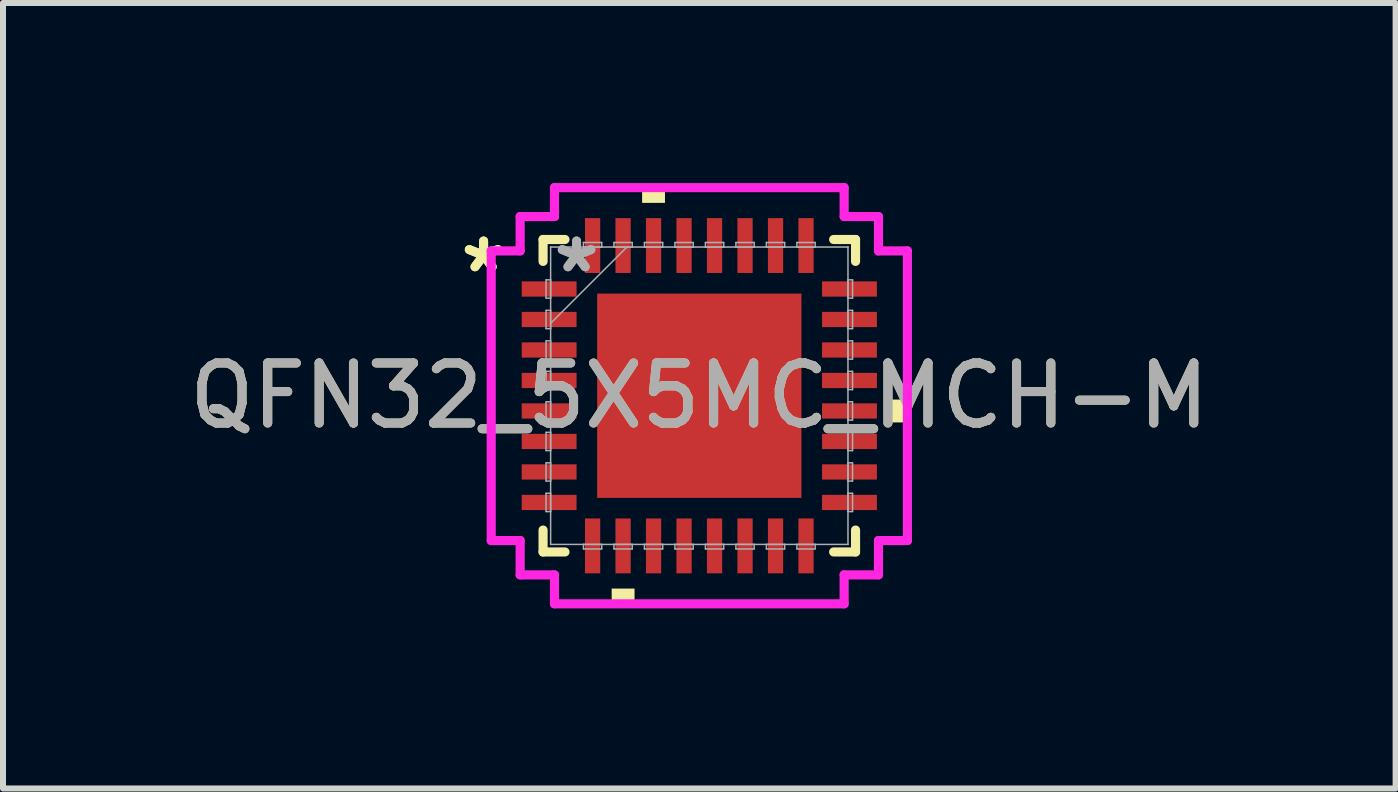
<source format=kicad_pcb>
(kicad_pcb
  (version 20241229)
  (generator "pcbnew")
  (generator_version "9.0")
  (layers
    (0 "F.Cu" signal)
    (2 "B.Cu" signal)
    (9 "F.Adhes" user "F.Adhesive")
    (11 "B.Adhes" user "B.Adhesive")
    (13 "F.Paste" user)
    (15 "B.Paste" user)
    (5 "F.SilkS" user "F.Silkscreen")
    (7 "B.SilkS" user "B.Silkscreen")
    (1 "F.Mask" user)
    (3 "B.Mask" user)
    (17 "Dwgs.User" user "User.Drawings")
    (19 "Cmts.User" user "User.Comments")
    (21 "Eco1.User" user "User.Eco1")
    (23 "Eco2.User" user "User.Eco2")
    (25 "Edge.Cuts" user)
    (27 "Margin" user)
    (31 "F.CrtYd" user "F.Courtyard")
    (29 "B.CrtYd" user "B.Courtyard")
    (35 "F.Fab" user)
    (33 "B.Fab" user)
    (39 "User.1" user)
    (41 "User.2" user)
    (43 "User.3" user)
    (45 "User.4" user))
  (footprint "QFN32_5X5MC_MCH-M"
    (layer "F.Cu")
    (at 8.601 3.543)
    (property "Reference" "QFN32_5X5MC_MCH-M" (at 0 0 0) (unlocked yes) (layer "F.SilkS") (effects (font (size 1 1) (thickness 0.15))))
    (attr smd)
    (fp_poly (pts (xy -1.765 -1.765) (xy -1.381 -1.765) (xy -1.381 1.765) (xy -1.765 1.765)) (stroke (width 0) (type solid)) (fill yes) (layer "F.Mask"))
    (fp_poly (pts (xy -1.765 -1.765) (xy 1.765 -1.765) (xy 1.765 -1.381) (xy -1.765 -1.381)) (stroke (width 0) (type solid)) (fill yes) (layer "F.Mask"))
    (fp_poly (pts (xy -1.765 -0.981) (xy 1.765 -0.981) (xy 1.765 -0.594) (xy -1.765 -0.594)) (stroke (width 0) (type solid)) (fill yes) (layer "F.Mask"))
    (fp_poly (pts (xy -1.765 -0.194) (xy 1.765 -0.194) (xy 1.765 0.194) (xy -1.765 0.194)) (stroke (width 0) (type solid)) (fill yes) (layer "F.Mask"))
    (fp_poly (pts (xy -1.765 0.594) (xy 1.765 0.594) (xy 1.765 0.981) (xy -1.765 0.981)) (stroke (width 0) (type solid)) (fill yes) (layer "F.Mask"))
    (fp_poly (pts (xy -1.765 1.381) (xy 1.765 1.381) (xy 1.765 1.765) (xy -1.765 1.765)) (stroke (width 0) (type solid)) (fill yes) (layer "F.Mask"))
    (fp_poly (pts (xy -0.594 -1.765) (xy -0.981 -1.765) (xy -0.981 1.765) (xy -0.594 1.765)) (stroke (width 0) (type solid)) (fill yes) (layer "F.Mask"))
    (fp_poly (pts (xy 0.194 -1.765) (xy -0.194 -1.765) (xy -0.194 1.765) (xy 0.194 1.765)) (stroke (width 0) (type solid)) (fill yes) (layer "F.Mask"))
    (fp_poly (pts (xy 0.981 -1.765) (xy 0.594 -1.765) (xy 0.594 1.765) (xy 0.981 1.765)) (stroke (width 0) (type solid)) (fill yes) (layer "F.Mask"))
    (fp_poly (pts (xy 1.381 -1.765) (xy 1.765 -1.765) (xy 1.765 1.765) (xy 1.381 1.765)) (stroke (width 0) (type solid)) (fill yes) (layer "F.Mask"))
    (fp_line (start -2.603 -2.603) (end -2.603 -2.238) (stroke (width 0.152) (type solid)) (layer "F.SilkS"))
    (fp_line (start -2.603 2.238) (end -2.603 2.603) (stroke (width 0.152) (type solid)) (layer "F.SilkS"))
    (fp_line (start -2.603 2.603) (end -2.238 2.603) (stroke (width 0.152) (type solid)) (layer "F.SilkS"))
    (fp_line (start -2.238 -2.603) (end -2.603 -2.603) (stroke (width 0.152) (type solid)) (layer "F.SilkS"))
    (fp_line (start 2.238 2.603) (end 2.603 2.603) (stroke (width 0.152) (type solid)) (layer "F.SilkS"))
    (fp_line (start 2.603 -2.603) (end 2.238 -2.603) (stroke (width 0.152) (type solid)) (layer "F.SilkS"))
    (fp_line (start 2.603 -2.238) (end 2.603 -2.603) (stroke (width 0.152) (type solid)) (layer "F.SilkS"))
    (fp_line (start 2.603 2.603) (end 2.603 2.238) (stroke (width 0.152) (type solid)) (layer "F.SilkS"))
    (fp_poly (pts (xy -1.46 3.213) (xy -1.46 3.467) (xy -1.079 3.467) (xy -1.079 3.213)) (stroke (width 0) (type solid)) (fill yes) (layer "F.SilkS"))
    (fp_poly (pts (xy -0.953 -3.213) (xy -0.953 -3.467) (xy -0.572 -3.467) (xy -0.572 -3.213)) (stroke (width 0) (type solid)) (fill yes) (layer "F.SilkS"))
    (fp_poly (pts (xy 3.467 0.064) (xy 3.467 0.445) (xy 3.213 0.445) (xy 3.213 0.064)) (stroke (width 0) (type solid)) (fill yes) (layer "F.SilkS"))
    (fp_poly (pts (xy -1.627 -1.627) (xy -1.627 -1.281) (xy -1.423 -1.281) (xy -1.281 -1.423) (xy -1.281 -1.627)) (stroke (width 0) (type solid)) (fill yes) (layer "F.Paste"))
    (fp_poly (pts (xy -1.627 1.281) (xy -1.627 1.627) (xy -1.281 1.627) (xy -1.281 1.423) (xy -1.423 1.281)) (stroke (width 0) (type solid)) (fill yes) (layer "F.Paste"))
    (fp_poly (pts (xy 1.281 -1.627) (xy 1.281 -1.423) (xy 1.423 -1.281) (xy 1.627 -1.281) (xy 1.627 -1.627)) (stroke (width 0) (type solid)) (fill yes) (layer "F.Paste"))
    (fp_poly (pts (xy 1.423 1.281) (xy 1.281 1.423) (xy 1.281 1.627) (xy 1.627 1.627) (xy 1.627 1.281)) (stroke (width 0) (type solid)) (fill yes) (layer "F.Paste"))
    (fp_poly (pts (xy -1.627 -1.081) (xy -1.627 -0.494) (xy -1.423 -0.494) (xy -1.281 -0.635) (xy -1.281 -0.94) (xy -1.423 -1.081)) (stroke (width 0) (type solid)) (fill yes) (layer "F.Paste"))
    (fp_poly (pts (xy -1.627 -0.294) (xy -1.627 0.294) (xy -1.423 0.294) (xy -1.281 0.152) (xy -1.281 -0.152) (xy -1.423 -0.294)) (stroke (width 0) (type solid)) (fill yes) (layer "F.Paste"))
    (fp_poly (pts (xy -1.627 0.494) (xy -1.627 1.081) (xy -1.423 1.081) (xy -1.281 0.94) (xy -1.281 0.635) (xy -1.423 0.494)) (stroke (width 0) (type solid)) (fill yes) (layer "F.Paste"))
    (fp_poly (pts (xy -1.081 -1.627) (xy -1.081 -1.423) (xy -0.94 -1.281) (xy -0.635 -1.281) (xy -0.494 -1.423) (xy -0.494 -1.627)) (stroke (width 0) (type solid)) (fill yes) (layer "F.Paste"))
    (fp_poly (pts (xy -0.94 1.281) (xy -1.081 1.423) (xy -1.081 1.627) (xy -0.494 1.627) (xy -0.494 1.423) (xy -0.635 1.281)) (stroke (width 0) (type solid)) (fill yes) (layer "F.Paste"))
    (fp_poly (pts (xy -0.294 -1.627) (xy -0.294 -1.423) (xy -0.152 -1.281) (xy 0.152 -1.281) (xy 0.294 -1.423) (xy 0.294 -1.627)) (stroke (width 0) (type solid)) (fill yes) (layer "F.Paste"))
    (fp_poly (pts (xy -0.152 1.281) (xy -0.294 1.423) (xy -0.294 1.627) (xy 0.294 1.627) (xy 0.294 1.423) (xy 0.152 1.281)) (stroke (width 0) (type solid)) (fill yes) (layer "F.Paste"))
    (fp_poly (pts (xy 0.494 -1.627) (xy 0.494 -1.423) (xy 0.635 -1.281) (xy 0.94 -1.281) (xy 1.081 -1.423) (xy 1.081 -1.627)) (stroke (width 0) (type solid)) (fill yes) (layer "F.Paste"))
    (fp_poly (pts (xy 0.635 1.281) (xy 0.494 1.423) (xy 0.494 1.627) (xy 1.081 1.627) (xy 1.081 1.423) (xy 0.94 1.281)) (stroke (width 0) (type solid)) (fill yes) (layer "F.Paste"))
    (fp_poly (pts (xy 1.423 -1.081) (xy 1.281 -0.94) (xy 1.281 -0.635) (xy 1.423 -0.494) (xy 1.627 -0.494) (xy 1.627 -1.081)) (stroke (width 0) (type solid)) (fill yes) (layer "F.Paste"))
    (fp_poly (pts (xy 1.423 -0.294) (xy 1.281 -0.152) (xy 1.281 0.152) (xy 1.423 0.294) (xy 1.627 0.294) (xy 1.627 -0.294)) (stroke (width 0) (type solid)) (fill yes) (layer "F.Paste"))
    (fp_poly (pts (xy 1.423 0.494) (xy 1.281 0.635) (xy 1.281 0.94) (xy 1.423 1.081) (xy 1.627 1.081) (xy 1.627 0.494)) (stroke (width 0) (type solid)) (fill yes) (layer "F.Paste"))
    (fp_poly (pts (xy -0.94 -1.081) (xy -1.081 -0.94) (xy -1.081 -0.635) (xy -0.94 -0.494) (xy -0.635 -0.494) (xy -0.494 -0.635) (xy -0.494 -0.94) (xy -0.635 -1.081)) (stroke (width 0) (type solid)) (fill yes) (layer "F.Paste"))
    (fp_poly (pts (xy -0.94 -0.294) (xy -1.081 -0.152) (xy -1.081 0.152) (xy -0.94 0.294) (xy -0.635 0.294) (xy -0.494 0.152) (xy -0.494 -0.152) (xy -0.635 -0.294)) (stroke (width 0) (type solid)) (fill yes) (layer "F.Paste"))
    (fp_poly (pts (xy -0.94 0.494) (xy -1.081 0.635) (xy -1.081 0.94) (xy -0.94 1.081) (xy -0.635 1.081) (xy -0.494 0.94) (xy -0.494 0.635) (xy -0.635 0.494)) (stroke (width 0) (type solid)) (fill yes) (layer "F.Paste"))
    (fp_poly (pts (xy -0.152 -1.081) (xy -0.294 -0.94) (xy -0.294 -0.635) (xy -0.152 -0.494) (xy 0.152 -0.494) (xy 0.294 -0.635) (xy 0.294 -0.94) (xy 0.152 -1.081)) (stroke (width 0) (type solid)) (fill yes) (layer "F.Paste"))
    (fp_poly (pts (xy -0.152 -0.294) (xy -0.294 -0.152) (xy -0.294 0.152) (xy -0.152 0.294) (xy 0.152 0.294) (xy 0.294 0.152) (xy 0.294 -0.152) (xy 0.152 -0.294)) (stroke (width 0) (type solid)) (fill yes) (layer "F.Paste"))
    (fp_poly (pts (xy -0.152 0.494) (xy -0.294 0.635) (xy -0.294 0.94) (xy -0.152 1.081) (xy 0.152 1.081) (xy 0.294 0.94) (xy 0.294 0.635) (xy 0.152 0.494)) (stroke (width 0) (type solid)) (fill yes) (layer "F.Paste"))
    (fp_poly (pts (xy 0.635 -1.081) (xy 0.494 -0.94) (xy 0.494 -0.635) (xy 0.635 -0.494) (xy 0.94 -0.494) (xy 1.081 -0.635) (xy 1.081 -0.94) (xy 0.94 -1.081)) (stroke (width 0) (type solid)) (fill yes) (layer "F.Paste"))
    (fp_poly (pts (xy 0.635 -0.294) (xy 0.494 -0.152) (xy 0.494 0.152) (xy 0.635 0.294) (xy 0.94 0.294) (xy 1.081 0.152) (xy 1.081 -0.152) (xy 0.94 -0.294)) (stroke (width 0) (type solid)) (fill yes) (layer "F.Paste"))
    (fp_poly (pts (xy 0.635 0.494) (xy 0.494 0.635) (xy 0.494 0.94) (xy 0.635 1.081) (xy 0.94 1.081) (xy 1.081 0.94) (xy 1.081 0.635) (xy 0.94 0.494)) (stroke (width 0) (type solid)) (fill yes) (layer "F.Paste"))
    (fp_circle (center -1.181 -1.181) (end -0.8 -1.181) (stroke (width 0.254) (type solid)) (fill no) (layer "Eco1.User"))
    (fp_circle (center -1.181 -0.394) (end -0.8 -0.394) (stroke (width 0.254) (type solid)) (fill no) (layer "Eco1.User"))
    (fp_circle (center -1.181 0.394) (end -0.8 0.394) (stroke (width 0.254) (type solid)) (fill no) (layer "Eco1.User"))
    (fp_circle (center -1.181 1.181) (end -0.8 1.181) (stroke (width 0.254) (type solid)) (fill no) (layer "Eco1.User"))
    (fp_circle (center -0.394 -1.181) (end -0.013 -1.181) (stroke (width 0.254) (type solid)) (fill no) (layer "Eco1.User"))
    (fp_circle (center -0.394 -0.394) (end -0.013 -0.394) (stroke (width 0.254) (type solid)) (fill no) (layer "Eco1.User"))
    (fp_circle (center -0.394 0.394) (end -0.013 0.394) (stroke (width 0.254) (type solid)) (fill no) (layer "Eco1.User"))
    (fp_circle (center -0.394 1.181) (end -0.013 1.181) (stroke (width 0.254) (type solid)) (fill no) (layer "Eco1.User"))
    (fp_circle (center 0.394 -1.181) (end 0.775 -1.181) (stroke (width 0.254) (type solid)) (fill no) (layer "Eco1.User"))
    (fp_circle (center 0.394 -0.394) (end 0.775 -0.394) (stroke (width 0.254) (type solid)) (fill no) (layer "Eco1.User"))
    (fp_circle (center 0.394 0.394) (end 0.775 0.394) (stroke (width 0.254) (type solid)) (fill no) (layer "Eco1.User"))
    (fp_circle (center 0.394 1.181) (end 0.775 1.181) (stroke (width 0.254) (type solid)) (fill no) (layer "Eco1.User"))
    (fp_circle (center 1.181 -1.181) (end 1.562 -1.181) (stroke (width 0.254) (type solid)) (fill no) (layer "Eco1.User"))
    (fp_circle (center 1.181 -0.394) (end 1.562 -0.394) (stroke (width 0.254) (type solid)) (fill no) (layer "Eco1.User"))
    (fp_circle (center 1.181 0.394) (end 1.562 0.394) (stroke (width 0.254) (type solid)) (fill no) (layer "Eco1.User"))
    (fp_circle (center 1.181 1.181) (end 1.562 1.181) (stroke (width 0.254) (type solid)) (fill no) (layer "Eco1.User"))
    (fp_line (start -3.467 -2.413) (end -2.985 -2.413) (stroke (width 0.152) (type solid)) (layer "F.CrtYd"))
    (fp_line (start -3.467 2.413) (end -3.467 -2.413) (stroke (width 0.152) (type solid)) (layer "F.CrtYd"))
    (fp_line (start -2.985 -2.985) (end -2.413 -2.985) (stroke (width 0.152) (type solid)) (layer "F.CrtYd"))
    (fp_line (start -2.985 -2.413) (end -2.985 -2.985) (stroke (width 0.152) (type solid)) (layer "F.CrtYd"))
    (fp_line (start -2.985 2.413) (end -3.467 2.413) (stroke (width 0.152) (type solid)) (layer "F.CrtYd"))
    (fp_line (start -2.985 2.985) (end -2.985 2.413) (stroke (width 0.152) (type solid)) (layer "F.CrtYd"))
    (fp_line (start -2.413 -3.467) (end 2.413 -3.467) (stroke (width 0.152) (type solid)) (layer "F.CrtYd"))
    (fp_line (start -2.413 -2.985) (end -2.413 -3.467) (stroke (width 0.152) (type solid)) (layer "F.CrtYd"))
    (fp_line (start -2.413 2.985) (end -2.985 2.985) (stroke (width 0.152) (type solid)) (layer "F.CrtYd"))
    (fp_line (start -2.413 3.467) (end -2.413 2.985) (stroke (width 0.152) (type solid)) (layer "F.CrtYd"))
    (fp_line (start 2.413 -3.467) (end 2.413 -2.985) (stroke (width 0.152) (type solid)) (layer "F.CrtYd"))
    (fp_line (start 2.413 -2.985) (end 2.985 -2.985) (stroke (width 0.152) (type solid)) (layer "F.CrtYd"))
    (fp_line (start 2.413 2.985) (end 2.413 3.467) (stroke (width 0.152) (type solid)) (layer "F.CrtYd"))
    (fp_line (start 2.413 3.467) (end -2.413 3.467) (stroke (width 0.152) (type solid)) (layer "F.CrtYd"))
    (fp_line (start 2.985 -2.985) (end 2.985 -2.413) (stroke (width 0.152) (type solid)) (layer "F.CrtYd"))
    (fp_line (start 2.985 -2.413) (end 3.467 -2.413) (stroke (width 0.152) (type solid)) (layer "F.CrtYd"))
    (fp_line (start 2.985 2.413) (end 2.985 2.985) (stroke (width 0.152) (type solid)) (layer "F.CrtYd"))
    (fp_line (start 2.985 2.985) (end 2.413 2.985) (stroke (width 0.152) (type solid)) (layer "F.CrtYd"))
    (fp_line (start 3.467 -2.413) (end 3.467 2.413) (stroke (width 0.152) (type solid)) (layer "F.CrtYd"))
    (fp_line (start 3.467 2.413) (end 2.985 2.413) (stroke (width 0.152) (type solid)) (layer "F.CrtYd"))
    (fp_line (start -2.553 -1.93) (end -2.553 -1.626) (stroke (width 0.025) (type solid)) (layer "F.Fab"))
    (fp_line (start -2.553 -1.626) (end -2.477 -1.626) (stroke (width 0.025) (type solid)) (layer "F.Fab"))
    (fp_line (start -2.553 -1.422) (end -2.553 -1.118) (stroke (width 0.025) (type solid)) (layer "F.Fab"))
    (fp_line (start -2.553 -1.118) (end -2.477 -1.118) (stroke (width 0.025) (type solid)) (layer "F.Fab"))
    (fp_line (start -2.553 -0.914) (end -2.553 -0.61) (stroke (width 0.025) (type solid)) (layer "F.Fab"))
    (fp_line (start -2.553 -0.61) (end -2.477 -0.61) (stroke (width 0.025) (type solid)) (layer "F.Fab"))
    (fp_line (start -2.553 -0.406) (end -2.553 -0.102) (stroke (width 0.025) (type solid)) (layer "F.Fab"))
    (fp_line (start -2.553 -0.102) (end -2.477 -0.102) (stroke (width 0.025) (type solid)) (layer "F.Fab"))
    (fp_line (start -2.553 0.102) (end -2.553 0.406) (stroke (width 0.025) (type solid)) (layer "F.Fab"))
    (fp_line (start -2.553 0.406) (end -2.477 0.406) (stroke (width 0.025) (type solid)) (layer "F.Fab"))
    (fp_line (start -2.553 0.61) (end -2.553 0.914) (stroke (width 0.025) (type solid)) (layer "F.Fab"))
    (fp_line (start -2.553 0.914) (end -2.477 0.914) (stroke (width 0.025) (type solid)) (layer "F.Fab"))
    (fp_line (start -2.553 1.118) (end -2.553 1.422) (stroke (width 0.025) (type solid)) (layer "F.Fab"))
    (fp_line (start -2.553 1.422) (end -2.477 1.422) (stroke (width 0.025) (type solid)) (layer "F.Fab"))
    (fp_line (start -2.553 1.626) (end -2.553 1.93) (stroke (width 0.025) (type solid)) (layer "F.Fab"))
    (fp_line (start -2.553 1.93) (end -2.477 1.93) (stroke (width 0.025) (type solid)) (layer "F.Fab"))
    (fp_line (start -2.477 -2.477) (end -2.477 -2.477) (stroke (width 0.025) (type solid)) (layer "F.Fab"))
    (fp_line (start -2.477 -2.477) (end -2.477 2.477) (stroke (width 0.025) (type solid)) (layer "F.Fab"))
    (fp_line (start -2.477 -1.93) (end -2.553 -1.93) (stroke (width 0.025) (type solid)) (layer "F.Fab"))
    (fp_line (start -2.477 -1.626) (end -2.477 -1.93) (stroke (width 0.025) (type solid)) (layer "F.Fab"))
    (fp_line (start -2.477 -1.422) (end -2.553 -1.422) (stroke (width 0.025) (type solid)) (layer "F.Fab"))
    (fp_line (start -2.477 -1.206) (end -1.206 -2.477) (stroke (width 0.025) (type solid)) (layer "F.Fab"))
    (fp_line (start -2.477 -1.118) (end -2.477 -1.422) (stroke (width 0.025) (type solid)) (layer "F.Fab"))
    (fp_line (start -2.477 -0.914) (end -2.553 -0.914) (stroke (width 0.025) (type solid)) (layer "F.Fab"))
    (fp_line (start -2.477 -0.61) (end -2.477 -0.914) (stroke (width 0.025) (type solid)) (layer "F.Fab"))
    (fp_line (start -2.477 -0.406) (end -2.553 -0.406) (stroke (width 0.025) (type solid)) (layer "F.Fab"))
    (fp_line (start -2.477 -0.102) (end -2.477 -0.406) (stroke (width 0.025) (type solid)) (layer "F.Fab"))
    (fp_line (start -2.477 0.102) (end -2.553 0.102) (stroke (width 0.025) (type solid)) (layer "F.Fab"))
    (fp_line (start -2.477 0.406) (end -2.477 0.102) (stroke (width 0.025) (type solid)) (layer "F.Fab"))
    (fp_line (start -2.477 0.61) (end -2.553 0.61) (stroke (width 0.025) (type solid)) (layer "F.Fab"))
    (fp_line (start -2.477 0.914) (end -2.477 0.61) (stroke (width 0.025) (type solid)) (layer "F.Fab"))
    (fp_line (start -2.477 1.118) (end -2.553 1.118) (stroke (width 0.025) (type solid)) (layer "F.Fab"))
    (fp_line (start -2.477 1.422) (end -2.477 1.118) (stroke (width 0.025) (type solid)) (layer "F.Fab"))
    (fp_line (start -2.477 1.626) (end -2.553 1.626) (stroke (width 0.025) (type solid)) (layer "F.Fab"))
    (fp_line (start -2.477 1.93) (end -2.477 1.626) (stroke (width 0.025) (type solid)) (layer "F.Fab"))
    (fp_line (start -2.477 2.477) (end -2.477 2.477) (stroke (width 0.025) (type solid)) (layer "F.Fab"))
    (fp_line (start -2.477 2.477) (end 2.477 2.477) (stroke (width 0.025) (type solid)) (layer "F.Fab"))
    (fp_line (start -1.93 -2.553) (end -1.93 -2.477) (stroke (width 0.025) (type solid)) (layer "F.Fab"))
    (fp_line (start -1.93 -2.477) (end -1.626 -2.477) (stroke (width 0.025) (type solid)) (layer "F.Fab"))
    (fp_line (start -1.93 2.477) (end -1.93 2.553) (stroke (width 0.025) (type solid)) (layer "F.Fab"))
    (fp_line (start -1.93 2.553) (end -1.626 2.553) (stroke (width 0.025) (type solid)) (layer "F.Fab"))
    (fp_line (start -1.626 -2.553) (end -1.93 -2.553) (stroke (width 0.025) (type solid)) (layer "F.Fab"))
    (fp_line (start -1.626 -2.477) (end -1.626 -2.553) (stroke (width 0.025) (type solid)) (layer "F.Fab"))
    (fp_line (start -1.626 2.477) (end -1.93 2.477) (stroke (width 0.025) (type solid)) (layer "F.Fab"))
    (fp_line (start -1.626 2.553) (end -1.626 2.477) (stroke (width 0.025) (type solid)) (layer "F.Fab"))
    (fp_line (start -1.422 -2.553) (end -1.422 -2.477) (stroke (width 0.025) (type solid)) (layer "F.Fab"))
    (fp_line (start -1.422 -2.477) (end -1.118 -2.477) (stroke (width 0.025) (type solid)) (layer "F.Fab"))
    (fp_line (start -1.422 2.477) (end -1.422 2.553) (stroke (width 0.025) (type solid)) (layer "F.Fab"))
    (fp_line (start -1.422 2.553) (end -1.118 2.553) (stroke (width 0.025) (type solid)) (layer "F.Fab"))
    (fp_line (start -1.118 -2.553) (end -1.422 -2.553) (stroke (width 0.025) (type solid)) (layer "F.Fab"))
    (fp_line (start -1.118 -2.477) (end -1.118 -2.553) (stroke (width 0.025) (type solid)) (layer "F.Fab"))
    (fp_line (start -1.118 2.477) (end -1.422 2.477) (stroke (width 0.025) (type solid)) (layer "F.Fab"))
    (fp_line (start -1.118 2.553) (end -1.118 2.477) (stroke (width 0.025) (type solid)) (layer "F.Fab"))
    (fp_line (start -0.914 -2.553) (end -0.914 -2.477) (stroke (width 0.025) (type solid)) (layer "F.Fab"))
    (fp_line (start -0.914 -2.477) (end -0.61 -2.477) (stroke (width 0.025) (type solid)) (layer "F.Fab"))
    (fp_line (start -0.914 2.477) (end -0.914 2.553) (stroke (width 0.025) (type solid)) (layer "F.Fab"))
    (fp_line (start -0.914 2.553) (end -0.61 2.553) (stroke (width 0.025) (type solid)) (layer "F.Fab"))
    (fp_line (start -0.61 -2.553) (end -0.914 -2.553) (stroke (width 0.025) (type solid)) (layer "F.Fab"))
    (fp_line (start -0.61 -2.477) (end -0.61 -2.553) (stroke (width 0.025) (type solid)) (layer "F.Fab"))
    (fp_line (start -0.61 2.477) (end -0.914 2.477) (stroke (width 0.025) (type solid)) (layer "F.Fab"))
    (fp_line (start -0.61 2.553) (end -0.61 2.477) (stroke (width 0.025) (type solid)) (layer "F.Fab"))
    (fp_line (start -0.406 -2.553) (end -0.406 -2.477) (stroke (width 0.025) (type solid)) (layer "F.Fab"))
    (fp_line (start -0.406 -2.477) (end -0.102 -2.477) (stroke (width 0.025) (type solid)) (layer "F.Fab"))
    (fp_line (start -0.406 2.477) (end -0.406 2.553) (stroke (width 0.025) (type solid)) (layer "F.Fab"))
    (fp_line (start -0.406 2.553) (end -0.102 2.553) (stroke (width 0.025) (type solid)) (layer "F.Fab"))
    (fp_line (start -0.102 -2.553) (end -0.406 -2.553) (stroke (width 0.025) (type solid)) (layer "F.Fab"))
    (fp_line (start -0.102 -2.477) (end -0.102 -2.553) (stroke (width 0.025) (type solid)) (layer "F.Fab"))
    (fp_line (start -0.102 2.477) (end -0.406 2.477) (stroke (width 0.025) (type solid)) (layer "F.Fab"))
    (fp_line (start -0.102 2.553) (end -0.102 2.477) (stroke (width 0.025) (type solid)) (layer "F.Fab"))
    (fp_line (start 0.102 -2.553) (end 0.102 -2.477) (stroke (width 0.025) (type solid)) (layer "F.Fab"))
    (fp_line (start 0.102 -2.477) (end 0.406 -2.477) (stroke (width 0.025) (type solid)) (layer "F.Fab"))
    (fp_line (start 0.102 2.477) (end 0.102 2.553) (stroke (width 0.025) (type solid)) (layer "F.Fab"))
    (fp_line (start 0.102 2.553) (end 0.406 2.553) (stroke (width 0.025) (type solid)) (layer "F.Fab"))
    (fp_line (start 0.406 -2.553) (end 0.102 -2.553) (stroke (width 0.025) (type solid)) (layer "F.Fab"))
    (fp_line (start 0.406 -2.477) (end 0.406 -2.553) (stroke (width 0.025) (type solid)) (layer "F.Fab"))
    (fp_line (start 0.406 2.477) (end 0.102 2.477) (stroke (width 0.025) (type solid)) (layer "F.Fab"))
    (fp_line (start 0.406 2.553) (end 0.406 2.477) (stroke (width 0.025) (type solid)) (layer "F.Fab"))
    (fp_line (start 0.61 -2.553) (end 0.61 -2.477) (stroke (width 0.025) (type solid)) (layer "F.Fab"))
    (fp_line (start 0.61 -2.477) (end 0.914 -2.477) (stroke (width 0.025) (type solid)) (layer "F.Fab"))
    (fp_line (start 0.61 2.477) (end 0.61 2.553) (stroke (width 0.025) (type solid)) (layer "F.Fab"))
    (fp_line (start 0.61 2.553) (end 0.914 2.553) (stroke (width 0.025) (type solid)) (layer "F.Fab"))
    (fp_line (start 0.914 -2.553) (end 0.61 -2.553) (stroke (width 0.025) (type solid)) (layer "F.Fab"))
    (fp_line (start 0.914 -2.477) (end 0.914 -2.553) (stroke (width 0.025) (type solid)) (layer "F.Fab"))
    (fp_line (start 0.914 2.477) (end 0.61 2.477) (stroke (width 0.025) (type solid)) (layer "F.Fab"))
    (fp_line (start 0.914 2.553) (end 0.914 2.477) (stroke (width 0.025) (type solid)) (layer "F.Fab"))
    (fp_line (start 1.118 -2.553) (end 1.118 -2.477) (stroke (width 0.025) (type solid)) (layer "F.Fab"))
    (fp_line (start 1.118 -2.477) (end 1.422 -2.477) (stroke (width 0.025) (type solid)) (layer "F.Fab"))
    (fp_line (start 1.118 2.477) (end 1.118 2.553) (stroke (width 0.025) (type solid)) (layer "F.Fab"))
    (fp_line (start 1.118 2.553) (end 1.422 2.553) (stroke (width 0.025) (type solid)) (layer "F.Fab"))
    (fp_line (start 1.422 -2.553) (end 1.118 -2.553) (stroke (width 0.025) (type solid)) (layer "F.Fab"))
    (fp_line (start 1.422 -2.477) (end 1.422 -2.553) (stroke (width 0.025) (type solid)) (layer "F.Fab"))
    (fp_line (start 1.422 2.477) (end 1.118 2.477) (stroke (width 0.025) (type solid)) (layer "F.Fab"))
    (fp_line (start 1.422 2.553) (end 1.422 2.477) (stroke (width 0.025) (type solid)) (layer "F.Fab"))
    (fp_line (start 1.626 -2.553) (end 1.626 -2.477) (stroke (width 0.025) (type solid)) (layer "F.Fab"))
    (fp_line (start 1.626 -2.477) (end 1.93 -2.477) (stroke (width 0.025) (type solid)) (layer "F.Fab"))
    (fp_line (start 1.626 2.477) (end 1.626 2.553) (stroke (width 0.025) (type solid)) (layer "F.Fab"))
    (fp_line (start 1.626 2.553) (end 1.93 2.553) (stroke (width 0.025) (type solid)) (layer "F.Fab"))
    (fp_line (start 1.93 -2.553) (end 1.626 -2.553) (stroke (width 0.025) (type solid)) (layer "F.Fab"))
    (fp_line (start 1.93 -2.477) (end 1.93 -2.553) (stroke (width 0.025) (type solid)) (layer "F.Fab"))
    (fp_line (start 1.93 2.477) (end 1.626 2.477) (stroke (width 0.025) (type solid)) (layer "F.Fab"))
    (fp_line (start 1.93 2.553) (end 1.93 2.477) (stroke (width 0.025) (type solid)) (layer "F.Fab"))
    (fp_line (start 2.477 -2.477) (end -2.477 -2.477) (stroke (width 0.025) (type solid)) (layer "F.Fab"))
    (fp_line (start 2.477 -2.477) (end 2.477 -2.477) (stroke (width 0.025) (type solid)) (layer "F.Fab"))
    (fp_line (start 2.477 -1.93) (end 2.477 -1.626) (stroke (width 0.025) (type solid)) (layer "F.Fab"))
    (fp_line (start 2.477 -1.626) (end 2.553 -1.626) (stroke (width 0.025) (type solid)) (layer "F.Fab"))
    (fp_line (start 2.477 -1.422) (end 2.477 -1.118) (stroke (width 0.025) (type solid)) (layer "F.Fab"))
    (fp_line (start 2.477 -1.118) (end 2.553 -1.118) (stroke (width 0.025) (type solid)) (layer "F.Fab"))
    (fp_line (start 2.477 -0.914) (end 2.477 -0.61) (stroke (width 0.025) (type solid)) (layer "F.Fab"))
    (fp_line (start 2.477 -0.61) (end 2.553 -0.61) (stroke (width 0.025) (type solid)) (layer "F.Fab"))
    (fp_line (start 2.477 -0.406) (end 2.477 -0.102) (stroke (width 0.025) (type solid)) (layer "F.Fab"))
    (fp_line (start 2.477 -0.102) (end 2.553 -0.102) (stroke (width 0.025) (type solid)) (layer "F.Fab"))
    (fp_line (start 2.477 0.102) (end 2.477 0.406) (stroke (width 0.025) (type solid)) (layer "F.Fab"))
    (fp_line (start 2.477 0.406) (end 2.553 0.406) (stroke (width 0.025) (type solid)) (layer "F.Fab"))
    (fp_line (start 2.477 0.61) (end 2.477 0.914) (stroke (width 0.025) (type solid)) (layer "F.Fab"))
    (fp_line (start 2.477 0.914) (end 2.553 0.914) (stroke (width 0.025) (type solid)) (layer "F.Fab"))
    (fp_line (start 2.477 1.118) (end 2.477 1.422) (stroke (width 0.025) (type solid)) (layer "F.Fab"))
    (fp_line (start 2.477 1.422) (end 2.553 1.422) (stroke (width 0.025) (type solid)) (layer "F.Fab"))
    (fp_line (start 2.477 1.626) (end 2.477 1.93) (stroke (width 0.025) (type solid)) (layer "F.Fab"))
    (fp_line (start 2.477 1.93) (end 2.553 1.93) (stroke (width 0.025) (type solid)) (layer "F.Fab"))
    (fp_line (start 2.477 2.477) (end 2.477 -2.477) (stroke (width 0.025) (type solid)) (layer "F.Fab"))
    (fp_line (start 2.477 2.477) (end 2.477 2.477) (stroke (width 0.025) (type solid)) (layer "F.Fab"))
    (fp_line (start 2.553 -1.93) (end 2.477 -1.93) (stroke (width 0.025) (type solid)) (layer "F.Fab"))
    (fp_line (start 2.553 -1.626) (end 2.553 -1.93) (stroke (width 0.025) (type solid)) (layer "F.Fab"))
    (fp_line (start 2.553 -1.422) (end 2.477 -1.422) (stroke (width 0.025) (type solid)) (layer "F.Fab"))
    (fp_line (start 2.553 -1.118) (end 2.553 -1.422) (stroke (width 0.025) (type solid)) (layer "F.Fab"))
    (fp_line (start 2.553 -0.914) (end 2.477 -0.914) (stroke (width 0.025) (type solid)) (layer "F.Fab"))
    (fp_line (start 2.553 -0.61) (end 2.553 -0.914) (stroke (width 0.025) (type solid)) (layer "F.Fab"))
    (fp_line (start 2.553 -0.406) (end 2.477 -0.406) (stroke (width 0.025) (type solid)) (layer "F.Fab"))
    (fp_line (start 2.553 -0.102) (end 2.553 -0.406) (stroke (width 0.025) (type solid)) (layer "F.Fab"))
    (fp_line (start 2.553 0.102) (end 2.477 0.102) (stroke (width 0.025) (type solid)) (layer "F.Fab"))
    (fp_line (start 2.553 0.406) (end 2.553 0.102) (stroke (width 0.025) (type solid)) (layer "F.Fab"))
    (fp_line (start 2.553 0.61) (end 2.477 0.61) (stroke (width 0.025) (type solid)) (layer "F.Fab"))
    (fp_line (start 2.553 0.914) (end 2.553 0.61) (stroke (width 0.025) (type solid)) (layer "F.Fab"))
    (fp_line (start 2.553 1.118) (end 2.477 1.118) (stroke (width 0.025) (type solid)) (layer "F.Fab"))
    (fp_line (start 2.553 1.422) (end 2.553 1.118) (stroke (width 0.025) (type solid)) (layer "F.Fab"))
    (fp_line (start 2.553 1.626) (end 2.477 1.626) (stroke (width 0.025) (type solid)) (layer "F.Fab"))
    (fp_line (start 2.553 1.93) (end 2.553 1.626) (stroke (width 0.025) (type solid)) (layer "F.Fab"))
    (fp_text user "*" (at -3.594 -2.032 0) (layer "F.SilkS") (effects (font (size 1 1) (thickness 0.15))))
    (fp_text user "*" (at -3.594 -2.032 0) (unlocked yes) (layer "F.SilkS") (effects (font (size 1 1) (thickness 0.15))))
    (fp_text user "*" (at -2.045 -2.032 0) (unlocked yes) (layer "F.Fab") (effects (font (size 1 1) (thickness 0.15))))
    (fp_text user "*" (at -2.045 -2.032 0) (layer "F.Fab") (effects (font (size 1 1) (thickness 0.15))))
    (fp_text user "${REFERENCE}" (at 0 0 0) (unlocked yes) (layer "F.Fab") (effects (font (size 1 1) (thickness 0.15))))
    (pad "1" smd rect (at -2.502 -1.778 90) (size 0.254 0.914) (layers "F.Cu" "F.Mask" "F.Paste"))
    (pad "2" smd rect (at -2.502 -1.27 90) (size 0.254 0.914) (layers "F.Cu" "F.Mask" "F.Paste"))
    (pad "3" smd rect (at -2.502 -0.762 90) (size 0.254 0.914) (layers "F.Cu" "F.Mask" "F.Paste"))
    (pad "4" smd rect (at -2.502 -0.254 90) (size 0.254 0.914) (layers "F.Cu" "F.Mask" "F.Paste"))
    (pad "5" smd rect (at -2.502 0.254 90) (size 0.254 0.914) (layers "F.Cu" "F.Mask" "F.Paste"))
    (pad "6" smd rect (at -2.502 0.762 90) (size 0.254 0.914) (layers "F.Cu" "F.Mask" "F.Paste"))
    (pad "7" smd rect (at -2.502 1.27 90) (size 0.254 0.914) (layers "F.Cu" "F.Mask" "F.Paste"))
    (pad "8" smd rect (at -2.502 1.778 90) (size 0.254 0.914) (layers "F.Cu" "F.Mask" "F.Paste"))
    (pad "9" smd rect (at -1.778 2.502) (size 0.254 0.914) (layers "F.Cu" "F.Mask" "F.Paste"))
    (pad "10" smd rect (at -1.27 2.502) (size 0.254 0.914) (layers "F.Cu" "F.Mask" "F.Paste"))
    (pad "11" smd rect (at -0.762 2.502) (size 0.254 0.914) (layers "F.Cu" "F.Mask" "F.Paste"))
    (pad "12" smd rect (at -0.254 2.502) (size 0.254 0.914) (layers "F.Cu" "F.Mask" "F.Paste"))
    (pad "13" smd rect (at 0.254 2.502) (size 0.254 0.914) (layers "F.Cu" "F.Mask" "F.Paste"))
    (pad "14" smd rect (at 0.762 2.502) (size 0.254 0.914) (layers "F.Cu" "F.Mask" "F.Paste"))
    (pad "15" smd rect (at 1.27 2.502) (size 0.254 0.914) (layers "F.Cu" "F.Mask" "F.Paste"))
    (pad "16" smd rect (at 1.778 2.502) (size 0.254 0.914) (layers "F.Cu" "F.Mask" "F.Paste"))
    (pad "17" smd rect (at 2.502 1.778 90) (size 0.254 0.914) (layers "F.Cu" "F.Mask" "F.Paste"))
    (pad "18" smd rect (at 2.502 1.27 90) (size 0.254 0.914) (layers "F.Cu" "F.Mask" "F.Paste"))
    (pad "19" smd rect (at 2.502 0.762 90) (size 0.254 0.914) (layers "F.Cu" "F.Mask" "F.Paste"))
    (pad "20" smd rect (at 2.502 0.254 90) (size 0.254 0.914) (layers "F.Cu" "F.Mask" "F.Paste"))
    (pad "21" smd rect (at 2.502 -0.254 90) (size 0.254 0.914) (layers "F.Cu" "F.Mask" "F.Paste"))
    (pad "22" smd rect (at 2.502 -0.762 90) (size 0.254 0.914) (layers "F.Cu" "F.Mask" "F.Paste"))
    (pad "23" smd rect (at 2.502 -1.27 90) (size 0.254 0.914) (layers "F.Cu" "F.Mask" "F.Paste"))
    (pad "24" smd rect (at 2.502 -1.778 90) (size 0.254 0.914) (layers "F.Cu" "F.Mask" "F.Paste"))
    (pad "25" smd rect (at 1.778 -2.502) (size 0.254 0.914) (layers "F.Cu" "F.Mask" "F.Paste"))
    (pad "26" smd rect (at 1.27 -2.502) (size 0.254 0.914) (layers "F.Cu" "F.Mask" "F.Paste"))
    (pad "27" smd rect (at 0.762 -2.502) (size 0.254 0.914) (layers "F.Cu" "F.Mask" "F.Paste"))
    (pad "28" smd rect (at 0.254 -2.502) (size 0.254 0.914) (layers "F.Cu" "F.Mask" "F.Paste"))
    (pad "29" smd rect (at -0.254 -2.502) (size 0.254 0.914) (layers "F.Cu" "F.Mask" "F.Paste"))
    (pad "30" smd rect (at -0.762 -2.502) (size 0.254 0.914) (layers "F.Cu" "F.Mask" "F.Paste"))
    (pad "31" smd rect (at -1.27 -2.502) (size 0.254 0.914) (layers "F.Cu" "F.Mask" "F.Paste"))
    (pad "32" smd rect (at -1.778 -2.502) (size 0.254 0.914) (layers "F.Cu" "F.Mask" "F.Paste"))
    (pad "33" smd rect (at 0 0) (size 3.404 3.404) (layers "F.Cu")))
  (gr_rect
    (start -3 -3)
    (end 20.202 10.087)
    (stroke (width 0.1) (type default))
    (fill no)
    (layer "Edge.Cuts")))
</source>
